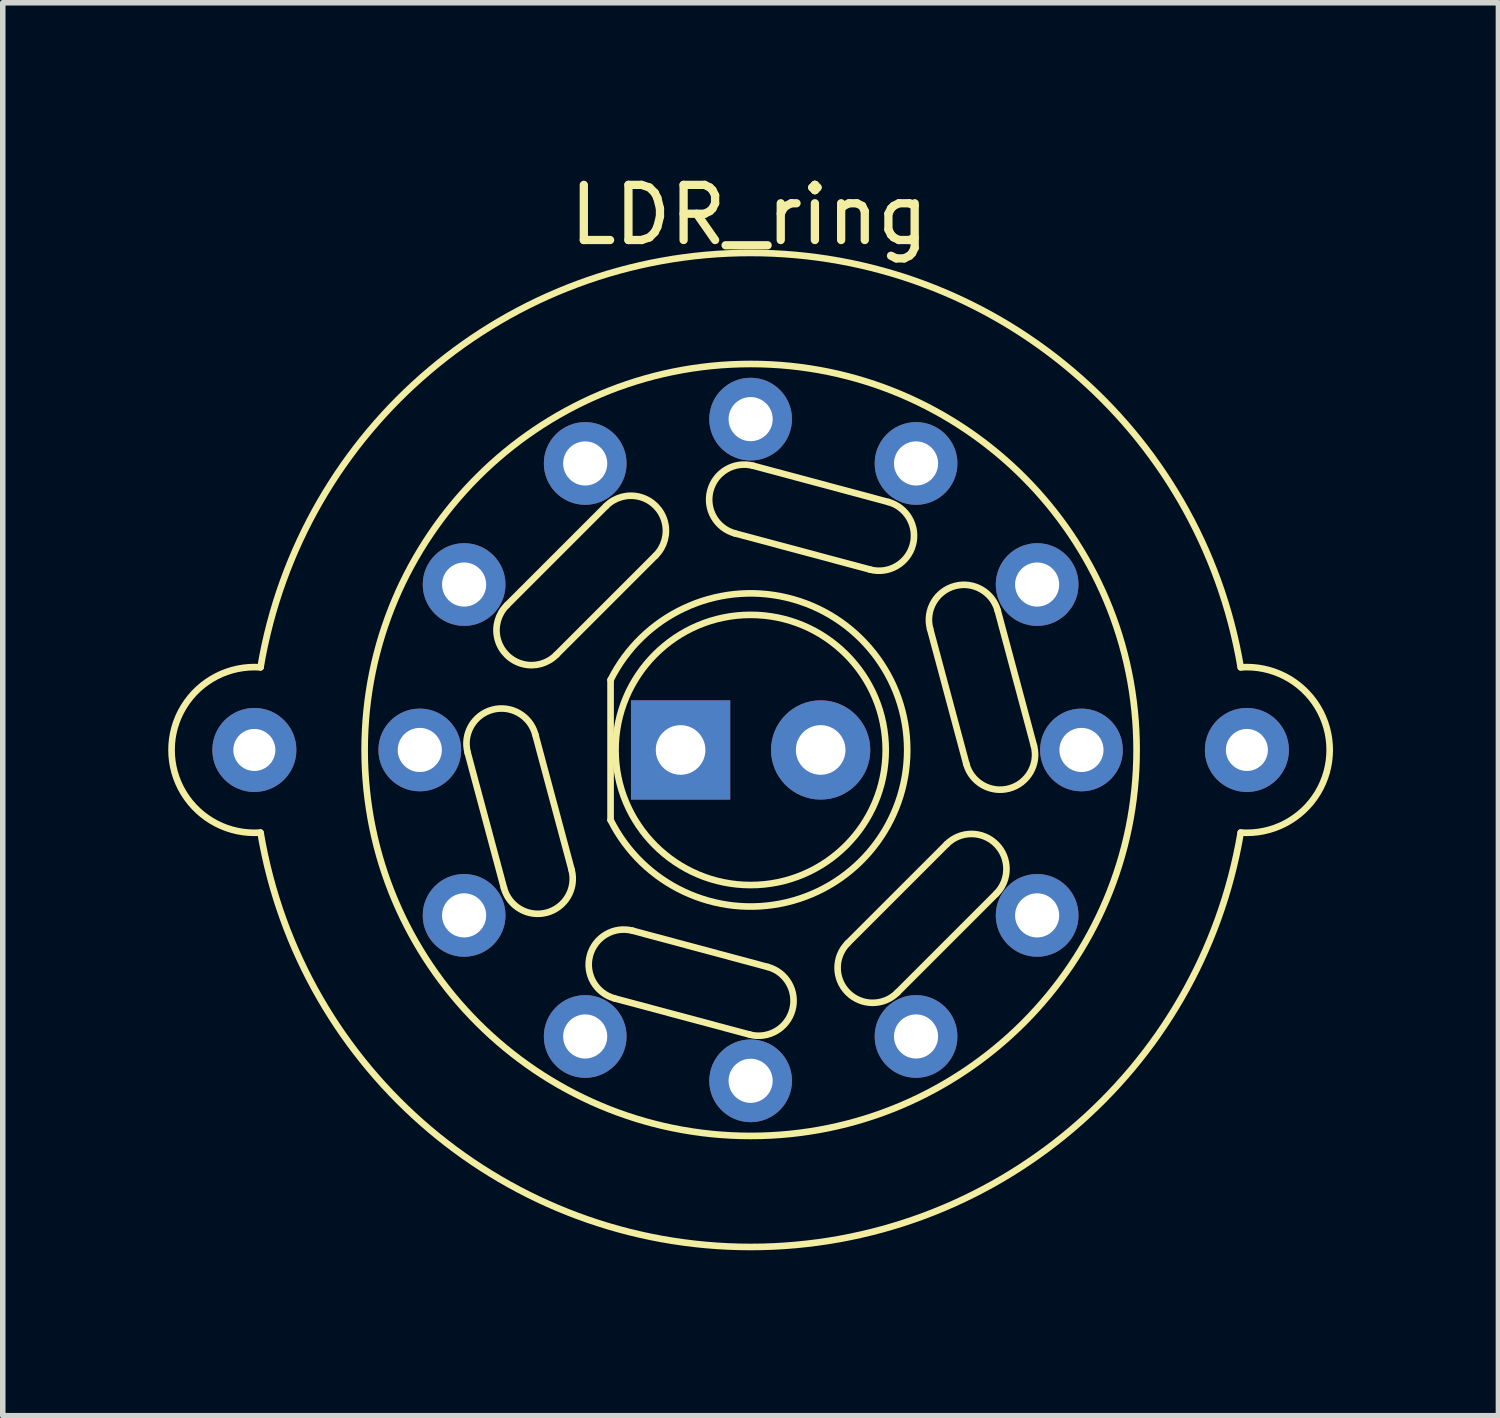
<source format=kicad_pcb>
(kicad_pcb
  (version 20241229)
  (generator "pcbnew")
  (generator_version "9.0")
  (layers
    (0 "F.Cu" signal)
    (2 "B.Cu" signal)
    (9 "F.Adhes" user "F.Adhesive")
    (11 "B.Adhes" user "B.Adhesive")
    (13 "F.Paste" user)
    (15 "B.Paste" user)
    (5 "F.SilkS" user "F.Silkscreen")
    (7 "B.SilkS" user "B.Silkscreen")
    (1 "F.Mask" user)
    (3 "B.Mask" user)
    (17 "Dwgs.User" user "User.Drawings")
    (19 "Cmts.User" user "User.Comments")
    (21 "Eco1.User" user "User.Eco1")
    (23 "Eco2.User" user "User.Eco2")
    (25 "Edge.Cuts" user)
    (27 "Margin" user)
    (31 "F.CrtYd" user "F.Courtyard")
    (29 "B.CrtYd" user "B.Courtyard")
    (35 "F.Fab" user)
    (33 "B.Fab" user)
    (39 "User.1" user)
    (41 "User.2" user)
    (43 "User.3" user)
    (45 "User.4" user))
  (footprint "LDR_ring"
    (layer "F.Cu")
    (at 10.563 10.551)
    (property "Reference" "LDR_ring" (at -0.025 -9.703 0) (layer "F.SilkS") (effects (font (size 1 1) (thickness 0.15))))
    (fp_line (start -5.132 0.048) (end -4.474 2.501) (stroke (width 0.12) (type solid)) (layer "F.SilkS"))
    (fp_line (start -3.522 -1.727) (end -1.726 -3.523) (stroke (width 0.12) (type solid)) (layer "F.SilkS"))
    (fp_line (start -3.247 2.172) (end -3.905 -0.281) (stroke (width 0.12) (type solid)) (layer "F.SilkS"))
    (fp_line (start -2.624 -4.421) (end -4.42 -2.625) (stroke (width 0.12) (type solid)) (layer "F.SilkS"))
    (fp_line (start -2.54 1.27) (end -2.54 -1.27) (stroke (width 0.12) (type solid)) (layer "F.SilkS"))
    (fp_line (start -2.47 4.505) (end -0.016 5.162) (stroke (width 0.12) (type solid)) (layer "F.SilkS"))
    (fp_line (start -0.285 -3.928) (end 2.168 -3.271) (stroke (width 0.12) (type solid)) (layer "F.SilkS"))
    (fp_line (start 0.312 3.936) (end -2.141 3.278) (stroke (width 0.12) (type solid)) (layer "F.SilkS"))
    (fp_line (start 2.497 -4.497) (end 0.043 -5.155) (stroke (width 0.12) (type solid)) (layer "F.SilkS"))
    (fp_line (start 2.658 4.403) (end 4.454 2.607) (stroke (width 0.12) (type solid)) (layer "F.SilkS"))
    (fp_line (start 3.254 -2.199) (end 3.912 0.254) (stroke (width 0.12) (type solid)) (layer "F.SilkS"))
    (fp_line (start 3.556 1.709) (end 1.76 3.505) (stroke (width 0.12) (type solid)) (layer "F.SilkS"))
    (fp_line (start 5.138 -0.075) (end 4.481 -2.528) (stroke (width 0.12) (type solid)) (layer "F.SilkS"))
    (fp_arc (start -8.89 1.498599) (mid -10.502629 -0.000946) (end -8.888114 -1.49846) (stroke (width 0.12) (type solid)) (layer "F.SilkS"))
    (fp_arc (start -8.888113 -1.49846) (mid 0.000088 -9.013542) (end 8.888143 -1.498286) (stroke (width 0.12) (type solid)) (layer "F.SilkS"))
    (fp_arc (start -5.131563 0.047698) (mid -4.68255 -0.730015) (end -3.904837 -0.281002) (stroke (width 0.12) (type solid)) (layer "F.SilkS"))
    (fp_arc (start -3.521574 -1.727201) (mid -4.4196 -1.7272) (end -4.419599 -2.625226) (stroke (width 0.12) (type solid)) (layer "F.SilkS"))
    (fp_arc (start -3.247437 2.17245) (mid -3.69645 2.950163) (end -4.474163 2.50115) (stroke (width 0.12) (type solid)) (layer "F.SilkS"))
    (fp_arc (start -2.623548 -4.421277) (mid -1.725522 -4.421278) (end -1.725523 -3.523252) (stroke (width 0.12) (type solid)) (layer "F.SilkS"))
    (fp_arc (start -2.54 -1.27) (mid 2.839806 0) (end -2.54 1.27) (stroke (width 0.12) (type solid)) (layer "F.SilkS"))
    (fp_arc (start -2.469826 4.504826) (mid -2.918839 3.727113) (end -2.141126 3.2781) (stroke (width 0.12) (type solid)) (layer "F.SilkS"))
    (fp_arc (start -0.285426 -3.927974) (mid -0.734439 -4.705687) (end 0.043274 -5.1547) (stroke (width 0.12) (type solid)) (layer "F.SilkS"))
    (fp_arc (start 0.312326 3.9355) (mid 0.761339 4.713213) (end -0.016374 5.162226) (stroke (width 0.12) (type solid)) (layer "F.SilkS"))
    (fp_arc (start 2.496726 -4.4973) (mid 2.945739 -3.719587) (end 2.168026 -3.270574) (stroke (width 0.12) (type solid)) (layer "F.SilkS"))
    (fp_arc (start 2.657974 4.403225) (mid 1.759949 4.403226) (end 1.759949 3.5052) (stroke (width 0.12) (type solid)) (layer "F.SilkS"))
    (fp_arc (start 3.2542 -2.199452) (mid 3.703213 -2.977165) (end 4.480926 -2.528152) (stroke (width 0.12) (type solid)) (layer "F.SilkS"))
    (fp_arc (start 3.556 1.709149) (mid 4.454025 1.709174) (end 4.454025 2.607174) (stroke (width 0.12) (type solid)) (layer "F.SilkS"))
    (fp_arc (start 5.138326 -0.0747) (mid 4.689313 0.703013) (end 3.9116 0.254) (stroke (width 0.12) (type solid)) (layer "F.SilkS"))
    (fp_arc (start 8.888113 1.49846) (mid -0.000088 9.013542) (end -8.888143 1.498286) (stroke (width 0.12) (type solid)) (layer "F.SilkS"))
    (fp_arc (start 8.89 -1.498599) (mid 10.50263 0.000946) (end 8.888114 1.49846) (stroke (width 0.12) (type solid)) (layer "F.SilkS"))
    (fp_circle (center 0 0) (end 2.45 0) (stroke (width 0.12) (type solid)) (fill no) (layer "F.SilkS"))
    (fp_circle (center 0 0) (end 7 0) (stroke (width 0.12) (type solid)) (fill no) (layer "F.SilkS"))
    (pad "" thru_hole circle (at -9 0) (size 1.524 1.524) (drill 0.762) (layers "*.Cu" "*.Mask"))
    (pad "" thru_hole circle (at 9 0) (size 1.524 1.524) (drill 0.762) (layers "*.Cu" "*.Mask"))
    (pad "1" thru_hole circle (at 1.27 0) (size 1.8 1.8) (drill 0.9) (layers "*.Cu" "*.Mask"))
    (pad "2" thru_hole rect (at -1.27 0) (size 1.8 1.8) (drill 0.9) (layers "*.Cu" "*.Mask"))
    (pad "3" thru_hole oval (at 0 -6) (size 1.5 1.5) (drill 0.8) (layers "*.Cu" "*.Mask"))
    (pad "4" thru_hole oval (at 3 -5.196) (size 1.5 1.5) (drill 0.8) (layers "*.Cu" "*.Mask"))
    (pad "5" thru_hole oval (at 5.196 -3) (size 1.5 1.5) (drill 0.8) (layers "*.Cu" "*.Mask"))
    (pad "6" thru_hole oval (at 6 0) (size 1.5 1.5) (drill 0.8) (layers "*.Cu" "*.Mask"))
    (pad "7" thru_hole oval (at 5.196 3) (size 1.5 1.5) (drill 0.8) (layers "*.Cu" "*.Mask"))
    (pad "8" thru_hole oval (at 3 5.196) (size 1.5 1.5) (drill 0.8) (layers "*.Cu" "*.Mask"))
    (pad "9" thru_hole oval (at 0 6) (size 1.5 1.5) (drill 0.8) (layers "*.Cu" "*.Mask"))
    (pad "10" thru_hole oval (at -3 5.196) (size 1.5 1.5) (drill 0.8) (layers "*.Cu" "*.Mask"))
    (pad "11" thru_hole oval (at -5.196 3) (size 1.5 1.5) (drill 0.8) (layers "*.Cu" "*.Mask"))
    (pad "12" thru_hole oval (at -6 0) (size 1.5 1.5) (drill 0.8) (layers "*.Cu" "*.Mask"))
    (pad "13" thru_hole oval (at -5.196 -3) (size 1.5 1.5) (drill 0.8) (layers "*.Cu" "*.Mask"))
    (pad "14" thru_hole oval (at -3 -5.196) (size 1.5 1.5) (drill 0.8) (layers "*.Cu" "*.Mask")))
  (gr_rect
    (start -3 -3)
    (end 24.125 22.625)
    (stroke (width 0.1) (type default))
    (fill no)
    (layer "Edge.Cuts")))
</source>
